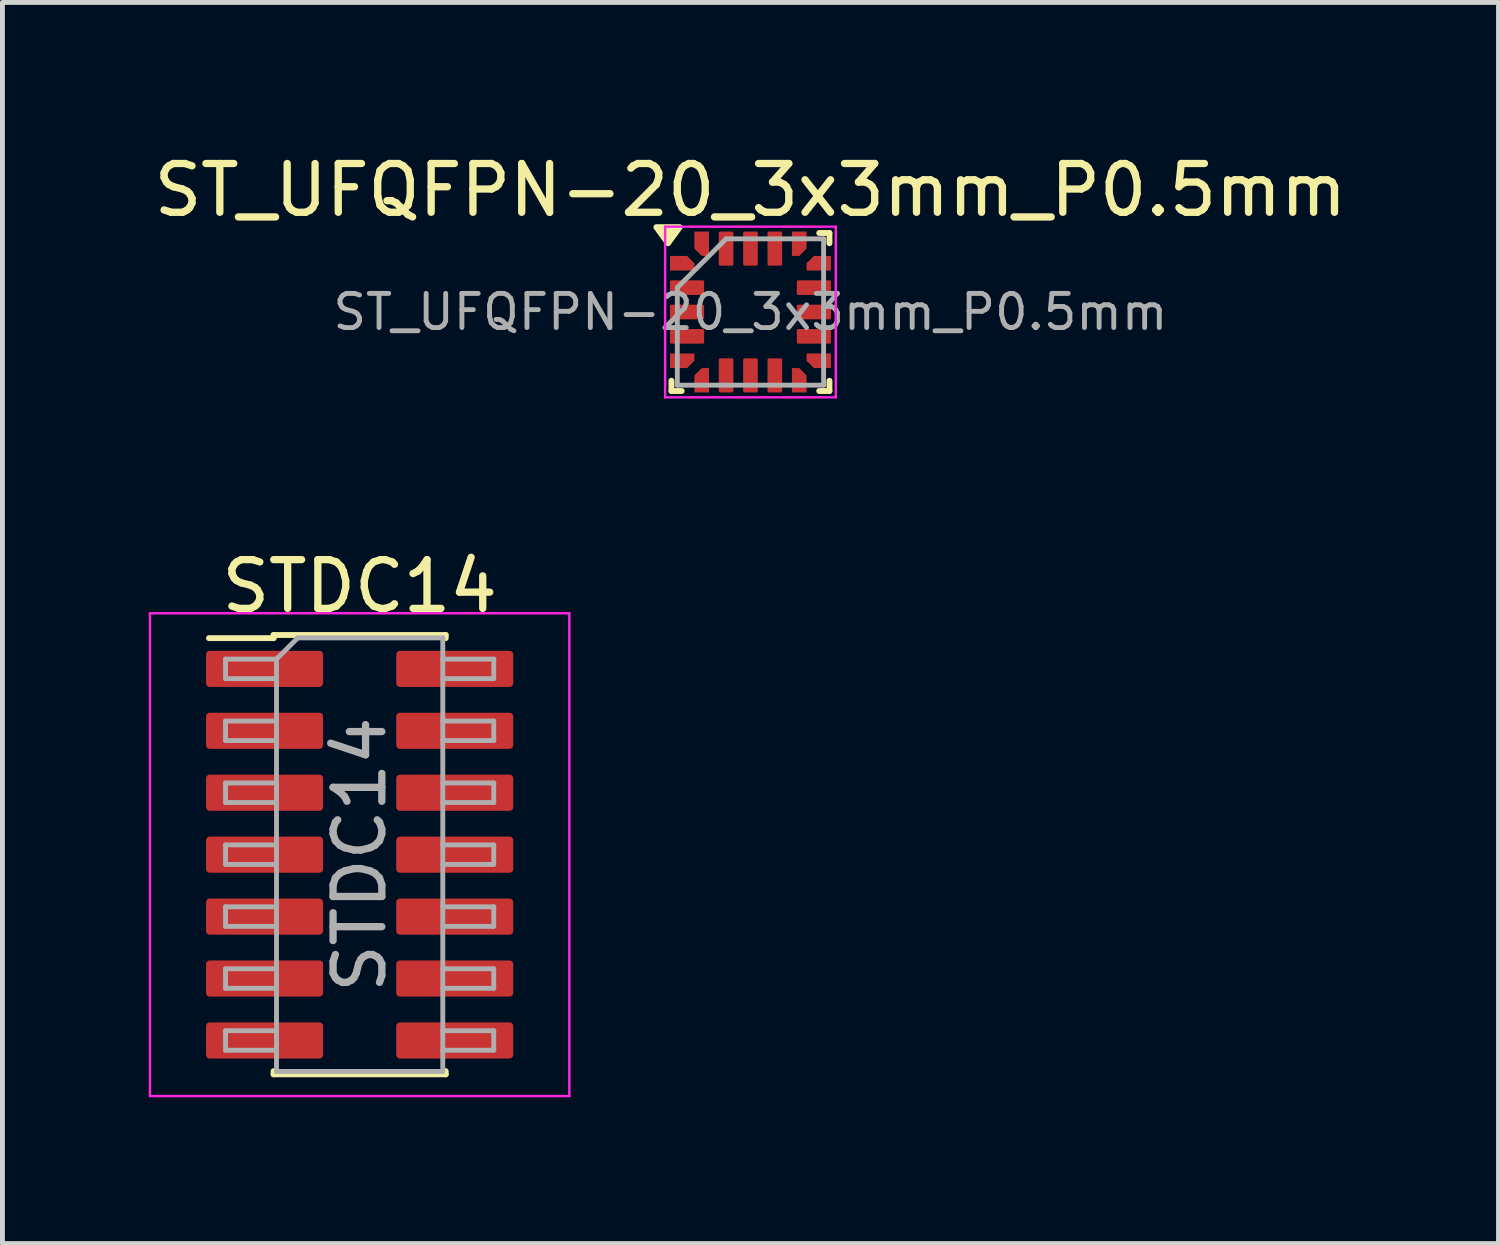
<source format=kicad_pcb>
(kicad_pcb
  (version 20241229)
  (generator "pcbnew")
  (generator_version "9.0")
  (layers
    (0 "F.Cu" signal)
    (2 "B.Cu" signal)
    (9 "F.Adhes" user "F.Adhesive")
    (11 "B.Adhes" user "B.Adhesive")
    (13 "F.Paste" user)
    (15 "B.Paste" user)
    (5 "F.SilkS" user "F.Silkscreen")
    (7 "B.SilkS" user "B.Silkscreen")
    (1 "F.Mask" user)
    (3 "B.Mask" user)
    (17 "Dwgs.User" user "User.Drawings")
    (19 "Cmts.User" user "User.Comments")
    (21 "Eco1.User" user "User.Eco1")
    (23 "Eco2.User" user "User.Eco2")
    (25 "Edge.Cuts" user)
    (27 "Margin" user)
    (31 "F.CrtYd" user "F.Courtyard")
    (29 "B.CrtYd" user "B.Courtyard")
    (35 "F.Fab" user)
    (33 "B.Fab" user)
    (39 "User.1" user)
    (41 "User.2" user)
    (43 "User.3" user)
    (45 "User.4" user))
  (footprint "STDC14"
    (layer "F.Cu")
    (at 4.325 14.476)
    (property "Reference" "STDC14" (at 0 -5.505 0) (layer "F.SilkS") (effects (font (size 1 1) (thickness 0.15))))
    (attr smd)
    (fp_line (start -3.09 -4.44) (end -1.765 -4.44) (stroke (width 0.12) (type solid)) (layer "F.SilkS"))
    (fp_line (start -1.765 -4.505) (end -1.765 -4.44) (stroke (width 0.12) (type solid)) (layer "F.SilkS"))
    (fp_line (start -1.765 -4.505) (end 1.765 -4.505) (stroke (width 0.12) (type solid)) (layer "F.SilkS"))
    (fp_line (start -1.765 4.44) (end -1.765 4.505) (stroke (width 0.12) (type solid)) (layer "F.SilkS"))
    (fp_line (start -1.765 4.505) (end 1.765 4.505) (stroke (width 0.12) (type solid)) (layer "F.SilkS"))
    (fp_line (start 1.765 -4.505) (end 1.765 -4.44) (stroke (width 0.12) (type solid)) (layer "F.SilkS"))
    (fp_line (start 1.765 4.44) (end 1.765 4.505) (stroke (width 0.12) (type solid)) (layer "F.SilkS"))
    (fp_line (start -4.3 -4.95) (end -4.3 4.95) (stroke (width 0.05) (type solid)) (layer "F.CrtYd"))
    (fp_line (start -4.3 4.95) (end 4.3 4.95) (stroke (width 0.05) (type solid)) (layer "F.CrtYd"))
    (fp_line (start 4.3 -4.95) (end -4.3 -4.95) (stroke (width 0.05) (type solid)) (layer "F.CrtYd"))
    (fp_line (start 4.3 4.95) (end 4.3 -4.95) (stroke (width 0.05) (type solid)) (layer "F.CrtYd"))
    (fp_line (start -2.75 -4.01) (end -2.75 -3.61) (stroke (width 0.1) (type solid)) (layer "F.Fab"))
    (fp_line (start -2.75 -3.61) (end -1.705 -3.61) (stroke (width 0.1) (type solid)) (layer "F.Fab"))
    (fp_line (start -2.75 -2.74) (end -2.75 -2.34) (stroke (width 0.1) (type solid)) (layer "F.Fab"))
    (fp_line (start -2.75 -2.34) (end -1.705 -2.34) (stroke (width 0.1) (type solid)) (layer "F.Fab"))
    (fp_line (start -2.75 -1.47) (end -2.75 -1.07) (stroke (width 0.1) (type solid)) (layer "F.Fab"))
    (fp_line (start -2.75 -1.07) (end -1.705 -1.07) (stroke (width 0.1) (type solid)) (layer "F.Fab"))
    (fp_line (start -2.75 -0.2) (end -2.75 0.2) (stroke (width 0.1) (type solid)) (layer "F.Fab"))
    (fp_line (start -2.75 0.2) (end -1.705 0.2) (stroke (width 0.1) (type solid)) (layer "F.Fab"))
    (fp_line (start -2.75 1.07) (end -2.75 1.47) (stroke (width 0.1) (type solid)) (layer "F.Fab"))
    (fp_line (start -2.75 1.47) (end -1.705 1.47) (stroke (width 0.1) (type solid)) (layer "F.Fab"))
    (fp_line (start -2.75 2.34) (end -2.75 2.74) (stroke (width 0.1) (type solid)) (layer "F.Fab"))
    (fp_line (start -2.75 2.74) (end -1.705 2.74) (stroke (width 0.1) (type solid)) (layer "F.Fab"))
    (fp_line (start -2.75 3.61) (end -2.75 4.01) (stroke (width 0.1) (type solid)) (layer "F.Fab"))
    (fp_line (start -2.75 4.01) (end -1.705 4.01) (stroke (width 0.1) (type solid)) (layer "F.Fab"))
    (fp_line (start -1.705 -4.01) (end -2.75 -4.01) (stroke (width 0.1) (type solid)) (layer "F.Fab"))
    (fp_line (start -1.705 -4.01) (end -1.27 -4.445) (stroke (width 0.1) (type solid)) (layer "F.Fab"))
    (fp_line (start -1.705 -2.74) (end -2.75 -2.74) (stroke (width 0.1) (type solid)) (layer "F.Fab"))
    (fp_line (start -1.705 -1.47) (end -2.75 -1.47) (stroke (width 0.1) (type solid)) (layer "F.Fab"))
    (fp_line (start -1.705 -0.2) (end -2.75 -0.2) (stroke (width 0.1) (type solid)) (layer "F.Fab"))
    (fp_line (start -1.705 1.07) (end -2.75 1.07) (stroke (width 0.1) (type solid)) (layer "F.Fab"))
    (fp_line (start -1.705 2.34) (end -2.75 2.34) (stroke (width 0.1) (type solid)) (layer "F.Fab"))
    (fp_line (start -1.705 3.61) (end -2.75 3.61) (stroke (width 0.1) (type solid)) (layer "F.Fab"))
    (fp_line (start -1.705 4.445) (end -1.705 -4.01) (stroke (width 0.1) (type solid)) (layer "F.Fab"))
    (fp_line (start -1.27 -4.445) (end 1.705 -4.445) (stroke (width 0.1) (type solid)) (layer "F.Fab"))
    (fp_line (start 1.705 -4.445) (end 1.705 4.445) (stroke (width 0.1) (type solid)) (layer "F.Fab"))
    (fp_line (start 1.705 -4.01) (end 2.75 -4.01) (stroke (width 0.1) (type solid)) (layer "F.Fab"))
    (fp_line (start 1.705 -2.74) (end 2.75 -2.74) (stroke (width 0.1) (type solid)) (layer "F.Fab"))
    (fp_line (start 1.705 -1.47) (end 2.75 -1.47) (stroke (width 0.1) (type solid)) (layer "F.Fab"))
    (fp_line (start 1.705 -0.2) (end 2.75 -0.2) (stroke (width 0.1) (type solid)) (layer "F.Fab"))
    (fp_line (start 1.705 1.07) (end 2.75 1.07) (stroke (width 0.1) (type solid)) (layer "F.Fab"))
    (fp_line (start 1.705 2.34) (end 2.75 2.34) (stroke (width 0.1) (type solid)) (layer "F.Fab"))
    (fp_line (start 1.705 3.61) (end 2.75 3.61) (stroke (width 0.1) (type solid)) (layer "F.Fab"))
    (fp_line (start 1.705 4.445) (end -1.705 4.445) (stroke (width 0.1) (type solid)) (layer "F.Fab"))
    (fp_line (start 2.75 -4.01) (end 2.75 -3.61) (stroke (width 0.1) (type solid)) (layer "F.Fab"))
    (fp_line (start 2.75 -3.61) (end 1.705 -3.61) (stroke (width 0.1) (type solid)) (layer "F.Fab"))
    (fp_line (start 2.75 -2.74) (end 2.75 -2.34) (stroke (width 0.1) (type solid)) (layer "F.Fab"))
    (fp_line (start 2.75 -2.34) (end 1.705 -2.34) (stroke (width 0.1) (type solid)) (layer "F.Fab"))
    (fp_line (start 2.75 -1.47) (end 2.75 -1.07) (stroke (width 0.1) (type solid)) (layer "F.Fab"))
    (fp_line (start 2.75 -1.07) (end 1.705 -1.07) (stroke (width 0.1) (type solid)) (layer "F.Fab"))
    (fp_line (start 2.75 -0.2) (end 2.75 0.2) (stroke (width 0.1) (type solid)) (layer "F.Fab"))
    (fp_line (start 2.75 0.2) (end 1.705 0.2) (stroke (width 0.1) (type solid)) (layer "F.Fab"))
    (fp_line (start 2.75 1.07) (end 2.75 1.47) (stroke (width 0.1) (type solid)) (layer "F.Fab"))
    (fp_line (start 2.75 1.47) (end 1.705 1.47) (stroke (width 0.1) (type solid)) (layer "F.Fab"))
    (fp_line (start 2.75 2.34) (end 2.75 2.74) (stroke (width 0.1) (type solid)) (layer "F.Fab"))
    (fp_line (start 2.75 2.74) (end 1.705 2.74) (stroke (width 0.1) (type solid)) (layer "F.Fab"))
    (fp_line (start 2.75 3.61) (end 2.75 4.01) (stroke (width 0.1) (type solid)) (layer "F.Fab"))
    (fp_line (start 2.75 4.01) (end 1.705 4.01) (stroke (width 0.1) (type solid)) (layer "F.Fab"))
    (fp_text user "${REFERENCE}" (at 0 0 90) (layer "F.Fab") (effects (font (size 1 1) (thickness 0.15))))
    (pad "1" smd roundrect (at -1.95 -3.81) (size 2.4 0.74) (layers "F.Cu" "F.Mask" "F.Paste") (roundrect_rratio 0.1))
    (pad "2" smd roundrect (at 1.95 -3.81) (size 2.4 0.74) (layers "F.Cu" "F.Mask" "F.Paste") (roundrect_rratio 0.1))
    (pad "3" smd roundrect (at -1.95 -2.54) (size 2.4 0.74) (layers "F.Cu" "F.Mask" "F.Paste") (roundrect_rratio 0.1))
    (pad "4" smd roundrect (at 1.95 -2.54) (size 2.4 0.74) (layers "F.Cu" "F.Mask" "F.Paste") (roundrect_rratio 0.1))
    (pad "5" smd roundrect (at -1.95 -1.27) (size 2.4 0.74) (layers "F.Cu" "F.Mask" "F.Paste") (roundrect_rratio 0.1))
    (pad "6" smd roundrect (at 1.95 -1.27) (size 2.4 0.74) (layers "F.Cu" "F.Mask" "F.Paste") (roundrect_rratio 0.1))
    (pad "7" smd roundrect (at -1.95 0) (size 2.4 0.74) (layers "F.Cu" "F.Mask" "F.Paste") (roundrect_rratio 0.1))
    (pad "8" smd roundrect (at 1.95 0) (size 2.4 0.74) (layers "F.Cu" "F.Mask" "F.Paste") (roundrect_rratio 0.1))
    (pad "9" smd roundrect (at -1.95 1.27) (size 2.4 0.74) (layers "F.Cu" "F.Mask" "F.Paste") (roundrect_rratio 0.1))
    (pad "10" smd roundrect (at 1.95 1.27) (size 2.4 0.74) (layers "F.Cu" "F.Mask" "F.Paste") (roundrect_rratio 0.1))
    (pad "11" smd roundrect (at -1.95 2.54) (size 2.4 0.74) (layers "F.Cu" "F.Mask" "F.Paste") (roundrect_rratio 0.1))
    (pad "12" smd roundrect (at 1.95 2.54) (size 2.4 0.74) (layers "F.Cu" "F.Mask" "F.Paste") (roundrect_rratio 0.1))
    (pad "13" smd roundrect (at -1.95 3.81) (size 2.4 0.74) (layers "F.Cu" "F.Mask" "F.Paste") (roundrect_rratio 0.1))
    (pad "14" smd roundrect (at 1.95 3.81) (size 2.4 0.74) (layers "F.Cu" "F.Mask" "F.Paste") (roundrect_rratio 0.1)))
  (footprint "ST_UFQFPN-20_3x3mm_P0.5mm"
    (layer "F.Cu")
    (at 12.339 3.348)
    (property "Reference" "ST_UFQFPN-20_3x3mm_P0.5mm" (at 0 -2.5 0) (layer "F.SilkS") (effects (font (size 1 1) (thickness 0.15))))
    (attr smd)
    (fp_line (start -1.62 1.62) (end -1.62 1.41) (stroke (width 0.12) (type solid)) (layer "F.SilkS"))
    (fp_line (start -1.62 1.62) (end -1.41 1.62) (stroke (width 0.12) (type solid)) (layer "F.SilkS"))
    (fp_line (start 1.62 -1.62) (end 1.41 -1.62) (stroke (width 0.12) (type solid)) (layer "F.SilkS"))
    (fp_line (start 1.62 -1.62) (end 1.62 -1.41) (stroke (width 0.12) (type solid)) (layer "F.SilkS"))
    (fp_line (start 1.62 1.62) (end 1.41 1.62) (stroke (width 0.12) (type solid)) (layer "F.SilkS"))
    (fp_line (start 1.62 1.62) (end 1.62 1.41) (stroke (width 0.12) (type solid)) (layer "F.SilkS"))
    (fp_poly (pts (xy -1.69 -1.41) (xy -1.93 -1.74) (xy -1.45 -1.74) (xy -1.69 -1.41)) (stroke (width 0.12) (type solid)) (fill yes) (layer "F.SilkS"))
    (fp_line (start -1.75 -1.75) (end 1.75 -1.75) (stroke (width 0.05) (type solid)) (layer "F.CrtYd"))
    (fp_line (start -1.75 1.75) (end -1.75 -1.75) (stroke (width 0.05) (type solid)) (layer "F.CrtYd"))
    (fp_line (start 1.75 -1.75) (end 1.75 1.75) (stroke (width 0.05) (type solid)) (layer "F.CrtYd"))
    (fp_line (start 1.75 1.75) (end -1.75 1.75) (stroke (width 0.05) (type solid)) (layer "F.CrtYd"))
    (fp_line (start -1.5 -0.5) (end -0.5 -1.5) (stroke (width 0.1) (type solid)) (layer "F.Fab"))
    (fp_line (start -1.5 1.5) (end -1.5 -0.5) (stroke (width 0.1) (type solid)) (layer "F.Fab"))
    (fp_line (start -0.5 -1.5) (end 1.5 -1.5) (stroke (width 0.1) (type solid)) (layer "F.Fab"))
    (fp_line (start 1.5 -1.5) (end 1.5 1.5) (stroke (width 0.1) (type solid)) (layer "F.Fab"))
    (fp_line (start 1.5 1.5) (end -1.5 1.5) (stroke (width 0.1) (type solid)) (layer "F.Fab"))
    (fp_text user "${REFERENCE}" (at 0 0 0) (layer "F.Fab") (effects (font (size 0.7 0.7) (thickness 0.1))))
    (pad "1" smd custom (at -1.475 -1) (size 0.35 0.3) (layers "F.Cu" "F.Mask" "F.Paste") (options (anchor rect)) (primitives (gr_poly (pts (xy 0.325 0) (xy 0.325 0.15) (xy 0.175 0.15) (xy 0.175 -0.15)) (width 0) (fill yes))))
    (pad "2" smd roundrect (at -1.3 -0.5) (size 0.7 0.3) (layers "F.Cu" "F.Mask" "F.Paste") (roundrect_rratio 0.1))
    (pad "3" smd roundrect (at -1.3 0) (size 0.7 0.3) (layers "F.Cu" "F.Mask" "F.Paste") (roundrect_rratio 0.1))
    (pad "4" smd roundrect (at -1.3 0.5) (size 0.7 0.3) (layers "F.Cu" "F.Mask" "F.Paste") (roundrect_rratio 0.1))
    (pad "5" smd custom (at -1.475 1) (size 0.35 0.3) (layers "F.Cu" "F.Mask" "F.Paste") (options (anchor rect)) (primitives (gr_poly (pts (xy 0.325 0) (xy 0.175 0.15) (xy 0.175 -0.15) (xy 0.325 -0.15)) (width 0) (fill yes))))
    (pad "6" smd custom (at -1 1.475) (size 0.3 0.35) (layers "F.Cu" "F.Mask" "F.Paste") (options (anchor rect)) (primitives (gr_poly (pts (xy 0.15 -0.175) (xy -0.15 -0.175) (xy 0 -0.325) (xy 0.15 -0.325)) (width 0) (fill yes))))
    (pad "7" smd roundrect (at -0.5 1.3) (size 0.3 0.7) (layers "F.Cu" "F.Mask" "F.Paste") (roundrect_rratio 0.1))
    (pad "8" smd roundrect (at 0 1.3) (size 0.3 0.7) (layers "F.Cu" "F.Mask" "F.Paste") (roundrect_rratio 0.1))
    (pad "9" smd roundrect (at 0.5 1.3) (size 0.3 0.7) (layers "F.Cu" "F.Mask" "F.Paste") (roundrect_rratio 0.1))
    (pad "10" smd custom (at 1 1.475) (size 0.3 0.35) (layers "F.Cu" "F.Mask" "F.Paste") (options (anchor rect)) (primitives (gr_poly (pts (xy 0.15 -0.175) (xy -0.15 -0.175) (xy -0.15 -0.325) (xy 0 -0.325)) (width 0) (fill yes))))
    (pad "11" smd custom (at 1.475 1) (size 0.35 0.3) (layers "F.Cu" "F.Mask" "F.Paste") (options (anchor rect)) (primitives (gr_poly (pts (xy -0.175 0.15) (xy -0.325 0) (xy -0.325 -0.15) (xy -0.175 -0.15)) (width 0) (fill yes))))
    (pad "12" smd roundrect (at 1.3 0.5) (size 0.7 0.3) (layers "F.Cu" "F.Mask" "F.Paste") (roundrect_rratio 0.1))
    (pad "13" smd roundrect (at 1.3 0) (size 0.7 0.3) (layers "F.Cu" "F.Mask" "F.Paste") (roundrect_rratio 0.1))
    (pad "14" smd roundrect (at 1.3 -0.5) (size 0.7 0.3) (layers "F.Cu" "F.Mask" "F.Paste") (roundrect_rratio 0.1))
    (pad "15" smd custom (at 1.475 -1) (size 0.35 0.3) (layers "F.Cu" "F.Mask" "F.Paste") (options (anchor rect)) (primitives (gr_poly (pts (xy -0.175 0.15) (xy -0.325 0.15) (xy -0.325 0) (xy -0.175 -0.15)) (width 0) (fill yes))))
    (pad "16" smd custom (at 1 -1.475) (size 0.3 0.35) (layers "F.Cu" "F.Mask" "F.Paste") (options (anchor rect)) (primitives (gr_poly (pts (xy 0 0.325) (xy -0.15 0.325) (xy -0.15 0.175) (xy 0.15 0.175)) (width 0) (fill yes))))
    (pad "17" smd roundrect (at 0.5 -1.3) (size 0.3 0.7) (layers "F.Cu" "F.Mask" "F.Paste") (roundrect_rratio 0.1))
    (pad "18" smd roundrect (at 0 -1.3) (size 0.3 0.7) (layers "F.Cu" "F.Mask" "F.Paste") (roundrect_rratio 0.1))
    (pad "19" smd roundrect (at -0.5 -1.3) (size 0.3 0.7) (layers "F.Cu" "F.Mask" "F.Paste") (roundrect_rratio 0.1))
    (pad "20" smd custom (at -1 -1.475) (size 0.3 0.35) (layers "F.Cu" "F.Mask" "F.Paste") (options (anchor rect)) (primitives (gr_poly (pts (xy 0.15 0.325) (xy 0 0.325) (xy -0.15 0.175) (xy 0.15 0.175)) (width 0) (fill yes)))))
  (gr_rect
    (start -3 -3)
    (end 27.679 22.451)
    (stroke (width 0.1) (type default))
    (fill no)
    (layer "Edge.Cuts")))
</source>
